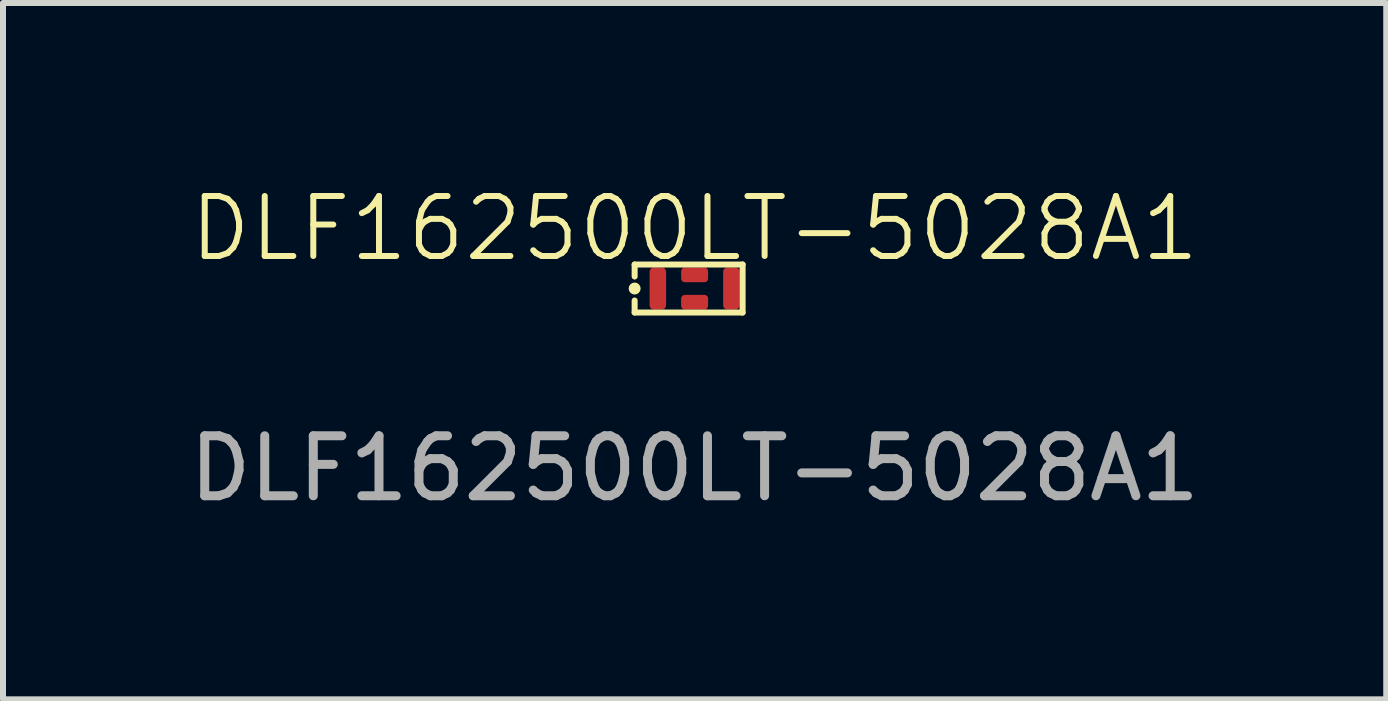
<source format=kicad_pcb>
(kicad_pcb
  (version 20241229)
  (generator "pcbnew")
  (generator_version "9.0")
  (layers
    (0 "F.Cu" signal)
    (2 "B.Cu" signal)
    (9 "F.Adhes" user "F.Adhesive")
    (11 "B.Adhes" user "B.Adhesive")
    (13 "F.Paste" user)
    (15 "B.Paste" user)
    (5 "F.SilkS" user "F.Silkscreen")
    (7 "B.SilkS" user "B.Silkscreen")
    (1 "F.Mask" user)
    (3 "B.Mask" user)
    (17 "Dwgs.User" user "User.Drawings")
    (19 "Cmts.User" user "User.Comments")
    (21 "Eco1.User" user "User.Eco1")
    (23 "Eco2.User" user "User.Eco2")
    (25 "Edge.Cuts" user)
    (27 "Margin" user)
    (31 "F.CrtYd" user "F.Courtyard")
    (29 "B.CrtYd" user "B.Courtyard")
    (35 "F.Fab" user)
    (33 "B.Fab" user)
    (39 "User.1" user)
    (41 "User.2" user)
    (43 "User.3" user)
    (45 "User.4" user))
  (footprint "DLF162500LT-5028A1"
    (layer "F.Cu")
    (at 8.53 1.76)
    (property "Reference" "DLF162500LT-5028A1" (at 0 -1 0) (unlocked yes) (layer "F.SilkS") (effects (font (size 1 1) (thickness 0.1))))
    (attr smd)
    (fp_line (start -1 -0.4) (end 0.8 -0.4) (stroke (width 0.1) (type default)) (layer "F.SilkS"))
    (fp_line (start -1 -0.2) (end -1 -0.4) (stroke (width 0.1) (type default)) (layer "F.SilkS"))
    (fp_line (start -1 0.4) (end -1 0.2) (stroke (width 0.1) (type default)) (layer "F.SilkS"))
    (fp_line (start 0.8 -0.4) (end 0.8 0.4) (stroke (width 0.1) (type default)) (layer "F.SilkS"))
    (fp_line (start 0.8 0.4) (end -1 0.4) (stroke (width 0.1) (type default)) (layer "F.SilkS"))
    (fp_circle (center -1 0) (end -0.95 0) (stroke (width 0.1) (type solid)) (fill no) (layer "F.SilkS"))
    (fp_text user "${REFERENCE}" (at 0 3 0) (unlocked yes) (layer "F.Fab") (effects (font (size 1 1) (thickness 0.15))))
    (pad "1" smd roundrect (at -0.613 0) (size 0.275 0.7) (layers "F.Cu" "F.Mask" "F.Paste") (roundrect_rratio 0.25))
    (pad "2" smd roundrect (at 0 0.228) (size 0.45 0.245) (layers "F.Cu" "F.Mask" "F.Paste") (roundrect_rratio 0.25))
    (pad "3" smd roundrect (at 0.613 0) (size 0.275 0.7) (layers "F.Cu" "F.Mask" "F.Paste") (roundrect_rratio 0.25))
    (pad "4" smd roundrect (at 0 -0.228) (size 0.45 0.245) (layers "F.Cu" "F.Mask" "F.Paste") (roundrect_rratio 0.25)))
  (gr_rect
    (start -3 -3)
    (end 20.06 8.609)
    (stroke (width 0.1) (type default))
    (fill no)
    (layer "Edge.Cuts")))
</source>
